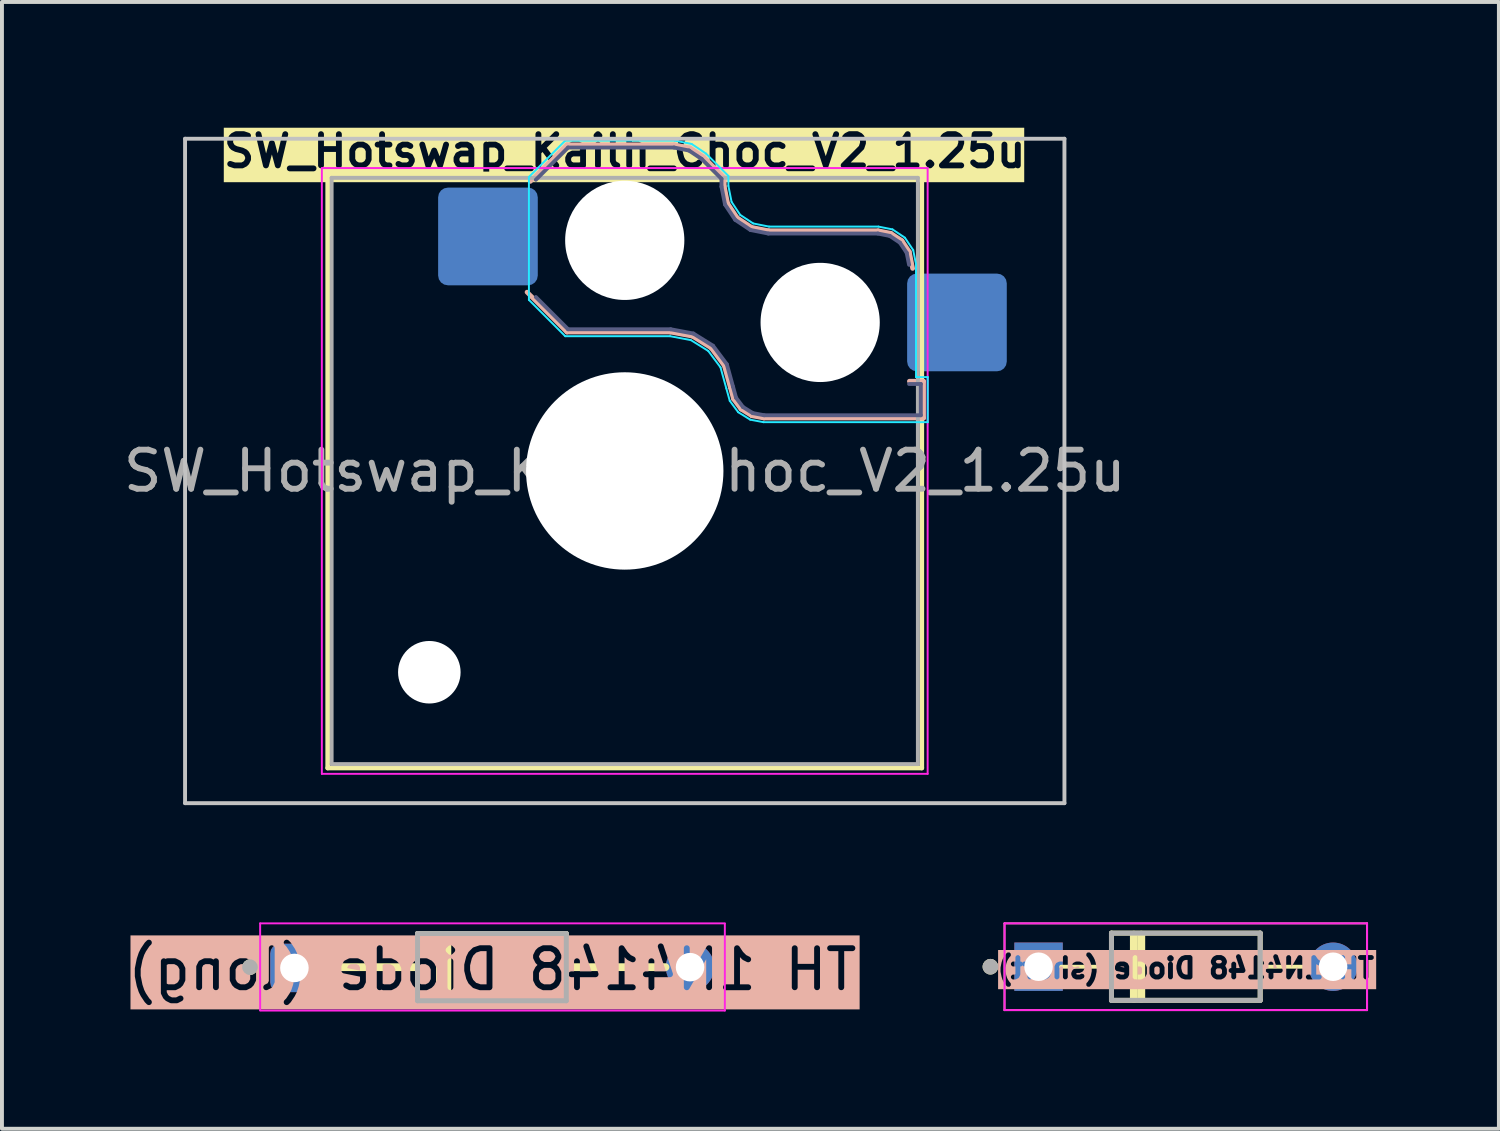
<source format=kicad_pcb>
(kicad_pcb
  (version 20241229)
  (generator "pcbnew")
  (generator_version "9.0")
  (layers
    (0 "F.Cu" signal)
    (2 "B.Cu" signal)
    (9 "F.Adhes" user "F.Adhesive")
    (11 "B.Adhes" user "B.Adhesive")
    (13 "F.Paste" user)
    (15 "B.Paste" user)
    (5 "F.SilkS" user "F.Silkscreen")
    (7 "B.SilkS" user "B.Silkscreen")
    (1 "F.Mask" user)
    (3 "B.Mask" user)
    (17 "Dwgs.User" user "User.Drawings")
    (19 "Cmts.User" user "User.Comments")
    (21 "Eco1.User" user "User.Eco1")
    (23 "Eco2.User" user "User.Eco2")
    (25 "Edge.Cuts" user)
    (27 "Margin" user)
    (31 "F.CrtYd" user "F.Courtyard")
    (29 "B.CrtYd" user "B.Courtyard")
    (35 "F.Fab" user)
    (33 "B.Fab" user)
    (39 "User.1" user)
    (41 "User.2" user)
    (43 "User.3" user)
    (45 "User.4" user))
  (footprint "TH 1N4148 Diode (long)"
    (layer "F.Cu")
    (at 9.536 21.696)
    (property "Reference" "TH 1N4148 Diode (long)" (at 0.01 0.06 0) (layer "B.SilkS" knockout) (effects (font (size 1 1) (thickness 0.15)) (justify mirror)))
    (attr through_hole)
    (fp_line (start -1.96 0) (end -4.468 0) (stroke (width 0.2) (type default)) (layer "F.SilkS"))
    (fp_line (start -1.903 -0.86) (end 1.903 -0.86) (stroke (width 0.127) (type solid)) (layer "F.SilkS"))
    (fp_line (start -1.903 0.86) (end -1.903 -0.86) (stroke (width 0.127) (type solid)) (layer "F.SilkS"))
    (fp_line (start -1.33 0.82) (end -1.33 -0.82) (stroke (width 0.2) (type solid)) (layer "F.SilkS"))
    (fp_line (start -1.14 0.82) (end -1.14 -0.82) (stroke (width 0.2) (type solid)) (layer "F.SilkS"))
    (fp_line (start 1.903 -0.86) (end 1.903 0.86) (stroke (width 0.127) (type solid)) (layer "F.SilkS"))
    (fp_line (start 1.903 0.86) (end -1.903 0.86) (stroke (width 0.127) (type solid)) (layer "F.SilkS"))
    (fp_line (start 1.95 0) (end 4.44 0) (stroke (width 0.2) (type default)) (layer "F.SilkS"))
    (fp_circle (center -6.19 0) (end -6.09 0) (stroke (width 0.2) (type solid)) (fill no) (layer "F.SilkS"))
    (fp_line (start -5.93 -1.12) (end -5.93 1.1) (stroke (width 0.05) (type solid)) (layer "F.CrtYd"))
    (fp_line (start -5.93 -1.12) (end 5.96 -1.121) (stroke (width 0.05) (type solid)) (layer "F.CrtYd"))
    (fp_line (start 5.96 -1.11) (end 5.96 1.11) (stroke (width 0.05) (type solid)) (layer "F.CrtYd"))
    (fp_line (start 5.96 1.11) (end -5.93 1.11) (stroke (width 0.05) (type solid)) (layer "F.CrtYd"))
    (fp_line (start -1.903 -0.86) (end 1.903 -0.86) (stroke (width 0.127) (type solid)) (layer "F.Fab"))
    (fp_line (start -1.903 0.86) (end -1.903 -0.86) (stroke (width 0.127) (type solid)) (layer "F.Fab"))
    (fp_line (start 1.903 -0.86) (end 1.903 0.86) (stroke (width 0.127) (type solid)) (layer "F.Fab"))
    (fp_line (start 1.903 0.86) (end -1.903 0.86) (stroke (width 0.127) (type solid)) (layer "F.Fab"))
    (fp_circle (center -6.19 0) (end -6.09 0) (stroke (width 0.2) (type solid)) (fill no) (layer "F.Fab"))
    (pad "1" thru_hole roundrect (at -5.053 0.02) (size 1.238 1.238) (drill 0.73) (layers "*.Cu" "*.Mask") (roundrect_rratio 0.202))
    (pad "2" thru_hole circle (at 5.07 0) (size 1.238 1.238) (drill 0.73) (layers "*.Cu" "*.Mask")))
  (footprint "TH 1N4148 Diode (short)"
    (layer "F.Cu")
    (at 27.291 21.685)
    (property "Reference" "TH 1N4148 Diode (short)" (at 0 0.04 0) (layer "B.SilkS" knockout) (effects (font (size 0.5 0.5) (thickness 0.15)) (justify mirror)))
    (attr through_hole)
    (fp_line (start -1.903 -0.86) (end 1.903 -0.86) (stroke (width 0.127) (type solid)) (layer "F.SilkS"))
    (fp_line (start -1.903 0) (end -3.19 0) (stroke (width 0.1) (type default)) (layer "F.SilkS"))
    (fp_line (start -1.903 0.86) (end -1.903 -0.86) (stroke (width 0.127) (type solid)) (layer "F.SilkS"))
    (fp_line (start -1.33 0.82) (end -1.33 -0.82) (stroke (width 0.2) (type solid)) (layer "F.SilkS"))
    (fp_line (start -1.14 0.82) (end -1.14 -0.82) (stroke (width 0.2) (type solid)) (layer "F.SilkS"))
    (fp_line (start 1.903 -0.86) (end 1.903 0.86) (stroke (width 0.127) (type solid)) (layer "F.SilkS"))
    (fp_line (start 1.903 0) (end 3.14 0) (stroke (width 0.1) (type default)) (layer "F.SilkS"))
    (fp_line (start 1.903 0.86) (end -1.903 0.86) (stroke (width 0.127) (type solid)) (layer "F.SilkS"))
    (fp_circle (center -5 0) (end -4.9 0) (stroke (width 0.2) (type solid)) (fill no) (layer "F.SilkS"))
    (fp_line (start -4.64 -1.11) (end 4.635 -1.11) (stroke (width 0.05) (type solid)) (layer "B.SilkS"))
    (fp_line (start -4.64 1.11) (end -4.64 -1.11) (stroke (width 0.05) (type solid)) (layer "B.SilkS"))
    (fp_line (start 4.635 -1.11) (end 4.635 1.11) (stroke (width 0.05) (type solid)) (layer "B.SilkS"))
    (fp_line (start 4.635 1.11) (end -4.64 1.11) (stroke (width 0.05) (type solid)) (layer "B.SilkS"))
    (fp_line (start -4.638 -1.11) (end 4.638 -1.11) (stroke (width 0.05) (type solid)) (layer "F.CrtYd"))
    (fp_line (start -4.638 1.11) (end -4.638 -1.11) (stroke (width 0.05) (type solid)) (layer "F.CrtYd"))
    (fp_line (start 4.638 -1.11) (end 4.638 1.11) (stroke (width 0.05) (type solid)) (layer "F.CrtYd"))
    (fp_line (start 4.638 1.11) (end -4.638 1.11) (stroke (width 0.05) (type solid)) (layer "F.CrtYd"))
    (fp_line (start -1.903 -0.86) (end 1.903 -0.86) (stroke (width 0.127) (type solid)) (layer "F.Fab"))
    (fp_line (start -1.903 0.86) (end -1.903 -0.86) (stroke (width 0.127) (type solid)) (layer "F.Fab"))
    (fp_line (start 1.903 -0.86) (end 1.903 0.86) (stroke (width 0.127) (type solid)) (layer "F.Fab"))
    (fp_line (start 1.903 0.86) (end -1.903 0.86) (stroke (width 0.127) (type solid)) (layer "F.Fab"))
    (fp_circle (center -5 0) (end -4.9 0) (stroke (width 0.2) (type solid)) (fill no) (layer "F.Fab"))
    (pad "A" thru_hole circle (at 3.768 0) (size 1.238 1.238) (drill 0.73) (layers "*.Cu" "*.Mask"))
    (pad "K" thru_hole rect (at -3.768 0) (size 1.238 1.238) (drill 0.73) (layers "*.Cu" "*.Mask")))
  (footprint "SW_Hotswap_Kailh_Choc_V2_1.25u"
    (layer "F.Cu")
    (at 12.935 9)
    (property "Reference" "SW_Hotswap_Kailh_Choc_V2_1.25u" (at 0 -8.18 0) (layer "F.SilkS" knockout) (effects (font (size 0.8 0.8) (thickness 0.15))))
    (attr smd)
    (fp_line (start -7.6 -7.6) (end -7.6 7.6) (stroke (width 0.12) (type solid)) (layer "F.SilkS"))
    (fp_line (start -7.6 7.6) (end 7.6 7.6) (stroke (width 0.12) (type solid)) (layer "F.SilkS"))
    (fp_line (start 7.6 -7.6) (end -7.6 -7.6) (stroke (width 0.12) (type solid)) (layer "F.SilkS"))
    (fp_line (start 7.6 7.6) (end 7.6 -7.6) (stroke (width 0.12) (type solid)) (layer "F.SilkS"))
    (fp_line (start -2.416 -7.409) (end -1.479 -8.346) (stroke (width 0.12) (type solid)) (layer "B.SilkS"))
    (fp_line (start -1.479 -8.346) (end 1.268 -8.346) (stroke (width 0.12) (type solid)) (layer "B.SilkS"))
    (fp_line (start -1.479 -3.554) (end -2.5 -4.575) (stroke (width 0.12) (type solid)) (layer "B.SilkS"))
    (fp_line (start 1.168 -3.554) (end -1.479 -3.554) (stroke (width 0.12) (type solid)) (layer "B.SilkS"))
    (fp_line (start 1.268 -8.346) (end 1.671 -8.266) (stroke (width 0.12) (type solid)) (layer "B.SilkS"))
    (fp_line (start 1.671 -8.266) (end 2.013 -8.037) (stroke (width 0.12) (type solid)) (layer "B.SilkS"))
    (fp_line (start 1.73 -3.449) (end 1.168 -3.554) (stroke (width 0.12) (type solid)) (layer "B.SilkS"))
    (fp_line (start 2.013 -8.037) (end 2.546 -7.504) (stroke (width 0.12) (type solid)) (layer "B.SilkS"))
    (fp_line (start 2.209 -3.15) (end 1.73 -3.449) (stroke (width 0.12) (type solid)) (layer "B.SilkS"))
    (fp_line (start 2.546 -7.504) (end 2.546 -7.282) (stroke (width 0.12) (type solid)) (layer "B.SilkS"))
    (fp_line (start 2.546 -7.282) (end 2.633 -6.844) (stroke (width 0.12) (type solid)) (layer "B.SilkS"))
    (fp_line (start 2.547 -2.697) (end 2.209 -3.15) (stroke (width 0.12) (type solid)) (layer "B.SilkS"))
    (fp_line (start 2.633 -6.844) (end 2.877 -6.477) (stroke (width 0.12) (type solid)) (layer "B.SilkS"))
    (fp_line (start 2.701 -2.139) (end 2.547 -2.697) (stroke (width 0.12) (type solid)) (layer "B.SilkS"))
    (fp_line (start 2.783 -1.841) (end 2.701 -2.139) (stroke (width 0.12) (type solid)) (layer "B.SilkS"))
    (fp_line (start 2.877 -6.477) (end 3.244 -6.233) (stroke (width 0.12) (type solid)) (layer "B.SilkS"))
    (fp_line (start 2.976 -1.583) (end 2.783 -1.841) (stroke (width 0.12) (type solid)) (layer "B.SilkS"))
    (fp_line (start 3.244 -6.233) (end 3.682 -6.146) (stroke (width 0.12) (type solid)) (layer "B.SilkS"))
    (fp_line (start 3.25 -1.413) (end 2.976 -1.583) (stroke (width 0.12) (type solid)) (layer "B.SilkS"))
    (fp_line (start 3.56 -1.354) (end 3.25 -1.413) (stroke (width 0.12) (type solid)) (layer "B.SilkS"))
    (fp_line (start 3.682 -6.146) (end 6.482 -6.146) (stroke (width 0.12) (type solid)) (layer "B.SilkS"))
    (fp_line (start 6.482 -6.146) (end 6.809 -6.081) (stroke (width 0.12) (type solid)) (layer "B.SilkS"))
    (fp_line (start 6.809 -6.081) (end 7.092 -5.892) (stroke (width 0.12) (type solid)) (layer "B.SilkS"))
    (fp_line (start 7.092 -5.892) (end 7.281 -5.609) (stroke (width 0.12) (type solid)) (layer "B.SilkS"))
    (fp_line (start 7.281 -5.609) (end 7.366 -5.182) (stroke (width 0.12) (type solid)) (layer "B.SilkS"))
    (fp_line (start 7.283 -2.296) (end 7.646 -2.296) (stroke (width 0.12) (type solid)) (layer "B.SilkS"))
    (fp_line (start 7.646 -2.296) (end 7.646 -1.354) (stroke (width 0.12) (type solid)) (layer "B.SilkS"))
    (fp_line (start 7.646 -1.354) (end 3.56 -1.354) (stroke (width 0.12) (type solid)) (layer "B.SilkS"))
    (fp_line (start -11.25 -8.5) (end -11.25 8.5) (stroke (width 0.1) (type solid)) (layer "Dwgs.User"))
    (fp_line (start -11.25 8.5) (end 11.25 8.5) (stroke (width 0.1) (type solid)) (layer "Dwgs.User"))
    (fp_line (start 11.25 -8.5) (end -11.25 -8.5) (stroke (width 0.1) (type solid)) (layer "Dwgs.User"))
    (fp_line (start 11.25 8.5) (end 11.25 -8.5) (stroke (width 0.1) (type solid)) (layer "Dwgs.User"))
    (fp_line (start -7.25 -7.25) (end -7.25 7.25) (stroke (width 0.1) (type solid)) (layer "Eco1.User"))
    (fp_line (start -7.25 7.25) (end 7.25 7.25) (stroke (width 0.1) (type solid)) (layer "Eco1.User"))
    (fp_line (start 7.25 -7.25) (end -7.25 -7.25) (stroke (width 0.1) (type solid)) (layer "Eco1.User"))
    (fp_line (start 7.25 7.25) (end 7.25 -7.25) (stroke (width 0.1) (type solid)) (layer "Eco1.User"))
    (fp_line (start -2.452 -7.523) (end -1.523 -8.452) (stroke (width 0.05) (type solid)) (layer "B.CrtYd"))
    (fp_line (start -2.452 -4.377) (end -2.452 -7.523) (stroke (width 0.05) (type solid)) (layer "B.CrtYd"))
    (fp_line (start -1.523 -8.452) (end 1.278 -8.452) (stroke (width 0.05) (type solid)) (layer "B.CrtYd"))
    (fp_line (start -1.523 -3.448) (end -2.452 -4.377) (stroke (width 0.05) (type solid)) (layer "B.CrtYd"))
    (fp_line (start 1.159 -3.448) (end -1.523 -3.448) (stroke (width 0.05) (type solid)) (layer "B.CrtYd"))
    (fp_line (start 1.278 -8.452) (end 1.712 -8.366) (stroke (width 0.05) (type solid)) (layer "B.CrtYd"))
    (fp_line (start 1.691 -3.348) (end 1.159 -3.448) (stroke (width 0.05) (type solid)) (layer "B.CrtYd"))
    (fp_line (start 1.712 -8.366) (end 2.081 -8.119) (stroke (width 0.05) (type solid)) (layer "B.CrtYd"))
    (fp_line (start 2.081 -8.119) (end 2.652 -7.548) (stroke (width 0.05) (type solid)) (layer "B.CrtYd"))
    (fp_line (start 2.136 -3.071) (end 1.691 -3.348) (stroke (width 0.05) (type solid)) (layer "B.CrtYd"))
    (fp_line (start 2.45 -2.65) (end 2.136 -3.071) (stroke (width 0.05) (type solid)) (layer "B.CrtYd"))
    (fp_line (start 2.599 -2.111) (end 2.45 -2.65) (stroke (width 0.05) (type solid)) (layer "B.CrtYd"))
    (fp_line (start 2.652 -7.548) (end 2.652 -7.292) (stroke (width 0.05) (type solid)) (layer "B.CrtYd"))
    (fp_line (start 2.652 -7.292) (end 2.733 -6.885) (stroke (width 0.05) (type solid)) (layer "B.CrtYd"))
    (fp_line (start 2.687 -1.794) (end 2.599 -2.111) (stroke (width 0.05) (type solid)) (layer "B.CrtYd"))
    (fp_line (start 2.733 -6.885) (end 2.953 -6.553) (stroke (width 0.05) (type solid)) (layer "B.CrtYd"))
    (fp_line (start 2.903 -1.503) (end 2.687 -1.794) (stroke (width 0.05) (type solid)) (layer "B.CrtYd"))
    (fp_line (start 2.953 -6.553) (end 3.285 -6.333) (stroke (width 0.05) (type solid)) (layer "B.CrtYd"))
    (fp_line (start 3.211 -1.312) (end 2.903 -1.503) (stroke (width 0.05) (type solid)) (layer "B.CrtYd"))
    (fp_line (start 3.285 -6.333) (end 3.692 -6.252) (stroke (width 0.05) (type solid)) (layer "B.CrtYd"))
    (fp_line (start 3.55 -1.248) (end 3.211 -1.312) (stroke (width 0.05) (type solid)) (layer "B.CrtYd"))
    (fp_line (start 3.692 -6.252) (end 6.492 -6.252) (stroke (width 0.05) (type solid)) (layer "B.CrtYd"))
    (fp_line (start 6.492 -6.252) (end 6.85 -6.181) (stroke (width 0.05) (type solid)) (layer "B.CrtYd"))
    (fp_line (start 6.85 -6.181) (end 7.168 -5.968) (stroke (width 0.05) (type solid)) (layer "B.CrtYd"))
    (fp_line (start 7.168 -5.968) (end 7.381 -5.65) (stroke (width 0.05) (type solid)) (layer "B.CrtYd"))
    (fp_line (start 7.381 -5.65) (end 7.452 -5.292) (stroke (width 0.05) (type solid)) (layer "B.CrtYd"))
    (fp_line (start 7.452 -5.292) (end 7.452 -2.402) (stroke (width 0.05) (type solid)) (layer "B.CrtYd"))
    (fp_line (start 7.452 -2.402) (end 7.752 -2.402) (stroke (width 0.05) (type solid)) (layer "B.CrtYd"))
    (fp_line (start 7.752 -2.402) (end 7.752 -1.248) (stroke (width 0.05) (type solid)) (layer "B.CrtYd"))
    (fp_line (start 7.752 -1.248) (end 3.55 -1.248) (stroke (width 0.05) (type solid)) (layer "B.CrtYd"))
    (fp_line (start -7.75 -7.75) (end -7.75 7.75) (stroke (width 0.05) (type solid)) (layer "F.CrtYd"))
    (fp_line (start -7.75 7.75) (end 7.75 7.75) (stroke (width 0.05) (type solid)) (layer "F.CrtYd"))
    (fp_line (start 7.75 -7.75) (end -7.75 -7.75) (stroke (width 0.05) (type solid)) (layer "F.CrtYd"))
    (fp_line (start 7.75 7.75) (end 7.75 -7.75) (stroke (width 0.05) (type solid)) (layer "F.CrtYd"))
    (fp_line (start -2.275 -7.45) (end -1.45 -8.275) (stroke (width 0.1) (type solid)) (layer "B.Fab"))
    (fp_line (start -1.45 -8.275) (end 1.261 -8.275) (stroke (width 0.1) (type solid)) (layer "B.Fab"))
    (fp_line (start -1.45 -3.625) (end -2.275 -4.45) (stroke (width 0.1) (type solid)) (layer "B.Fab"))
    (fp_line (start 1.175 -3.625) (end -1.45 -3.625) (stroke (width 0.1) (type solid)) (layer "B.Fab"))
    (fp_line (start 1.261 -8.275) (end 1.643 -8.199) (stroke (width 0.1) (type solid)) (layer "B.Fab"))
    (fp_line (start 1.643 -8.199) (end 1.968 -7.982) (stroke (width 0.1) (type solid)) (layer "B.Fab"))
    (fp_line (start 1.756 -3.516) (end 1.175 -3.625) (stroke (width 0.1) (type solid)) (layer "B.Fab"))
    (fp_line (start 1.968 -7.982) (end 2.475 -7.475) (stroke (width 0.1) (type solid)) (layer "B.Fab"))
    (fp_line (start 2.258 -3.203) (end 1.756 -3.516) (stroke (width 0.1) (type solid)) (layer "B.Fab"))
    (fp_line (start 2.475 -7.475) (end 2.475 -7.275) (stroke (width 0.1) (type solid)) (layer "B.Fab"))
    (fp_line (start 2.475 -7.275) (end 2.566 -6.816) (stroke (width 0.1) (type solid)) (layer "B.Fab"))
    (fp_line (start 2.566 -6.816) (end 2.826 -6.426) (stroke (width 0.1) (type solid)) (layer "B.Fab"))
    (fp_line (start 2.612 -2.729) (end 2.258 -3.203) (stroke (width 0.1) (type solid)) (layer "B.Fab"))
    (fp_line (start 2.769 -2.158) (end 2.612 -2.729) (stroke (width 0.1) (type solid)) (layer "B.Fab"))
    (fp_line (start 2.826 -6.426) (end 3.216 -6.166) (stroke (width 0.1) (type solid)) (layer "B.Fab"))
    (fp_line (start 2.848 -1.873) (end 2.769 -2.158) (stroke (width 0.1) (type solid)) (layer "B.Fab"))
    (fp_line (start 3.025 -1.636) (end 2.848 -1.873) (stroke (width 0.1) (type solid)) (layer "B.Fab"))
    (fp_line (start 3.216 -6.166) (end 3.675 -6.075) (stroke (width 0.1) (type solid)) (layer "B.Fab"))
    (fp_line (start 3.276 -1.48) (end 3.025 -1.636) (stroke (width 0.1) (type solid)) (layer "B.Fab"))
    (fp_line (start 3.567 -1.425) (end 3.276 -1.48) (stroke (width 0.1) (type solid)) (layer "B.Fab"))
    (fp_line (start 3.675 -6.075) (end 6.475 -6.075) (stroke (width 0.1) (type solid)) (layer "B.Fab"))
    (fp_line (start 6.475 -6.075) (end 6.781 -6.014) (stroke (width 0.1) (type solid)) (layer "B.Fab"))
    (fp_line (start 6.781 -6.014) (end 7.041 -5.841) (stroke (width 0.1) (type solid)) (layer "B.Fab"))
    (fp_line (start 7.041 -5.841) (end 7.214 -5.581) (stroke (width 0.1) (type solid)) (layer "B.Fab"))
    (fp_line (start 7.214 -5.581) (end 7.275 -5.275) (stroke (width 0.1) (type solid)) (layer "B.Fab"))
    (fp_line (start 7.275 -2.225) (end 7.575 -2.225) (stroke (width 0.1) (type solid)) (layer "B.Fab"))
    (fp_line (start 7.575 -2.225) (end 7.575 -1.425) (stroke (width 0.1) (type solid)) (layer "B.Fab"))
    (fp_line (start 7.575 -1.425) (end 3.567 -1.425) (stroke (width 0.1) (type solid)) (layer "B.Fab"))
    (fp_line (start -7.5 -7.5) (end -7.5 7.5) (stroke (width 0.1) (type solid)) (layer "F.Fab"))
    (fp_line (start -7.5 7.5) (end 7.5 7.5) (stroke (width 0.1) (type solid)) (layer "F.Fab"))
    (fp_line (start 7.5 -7.5) (end -7.5 -7.5) (stroke (width 0.1) (type solid)) (layer "F.Fab"))
    (fp_line (start 7.5 7.5) (end 7.5 -7.5) (stroke (width 0.1) (type solid)) (layer "F.Fab"))
    (fp_text user "${REFERENCE}" (at 0 0 0) (layer "F.Fab") (effects (font (size 1 1) (thickness 0.15))))
    (pad "" np_thru_hole circle (at -5 5.15) (size 1.6 1.6) (drill 1.6) (layers "*.Cu" "*.Mask"))
    (pad "" np_thru_hole circle (at 0 -5.9) (size 3.05 3.05) (drill 3.05) (layers "*.Cu" "*.Mask"))
    (pad "" np_thru_hole circle (at 0 0) (size 5.05 5.05) (drill 5.05) (layers "*.Cu" "*.Mask"))
    (pad "" np_thru_hole circle (at 5 -3.8) (size 3.05 3.05) (drill 3.05) (layers "*.Cu" "*.Mask"))
    (pad "1" smd roundrect (at -3.5 -6) (size 2.55 2.5) (layers "B.Cu" "B.Mask" "B.Paste") (roundrect_rratio 0.1))
    (pad "2" smd roundrect (at 8.5 -3.8) (size 2.55 2.5) (layers "B.Cu" "B.Mask" "B.Paste") (roundrect_rratio 0.1)))
  (gr_rect
    (start -3 -3)
    (end 35.301 25.831)
    (stroke (width 0.1) (type default))
    (fill no)
    (layer "Edge.Cuts")))
</source>
